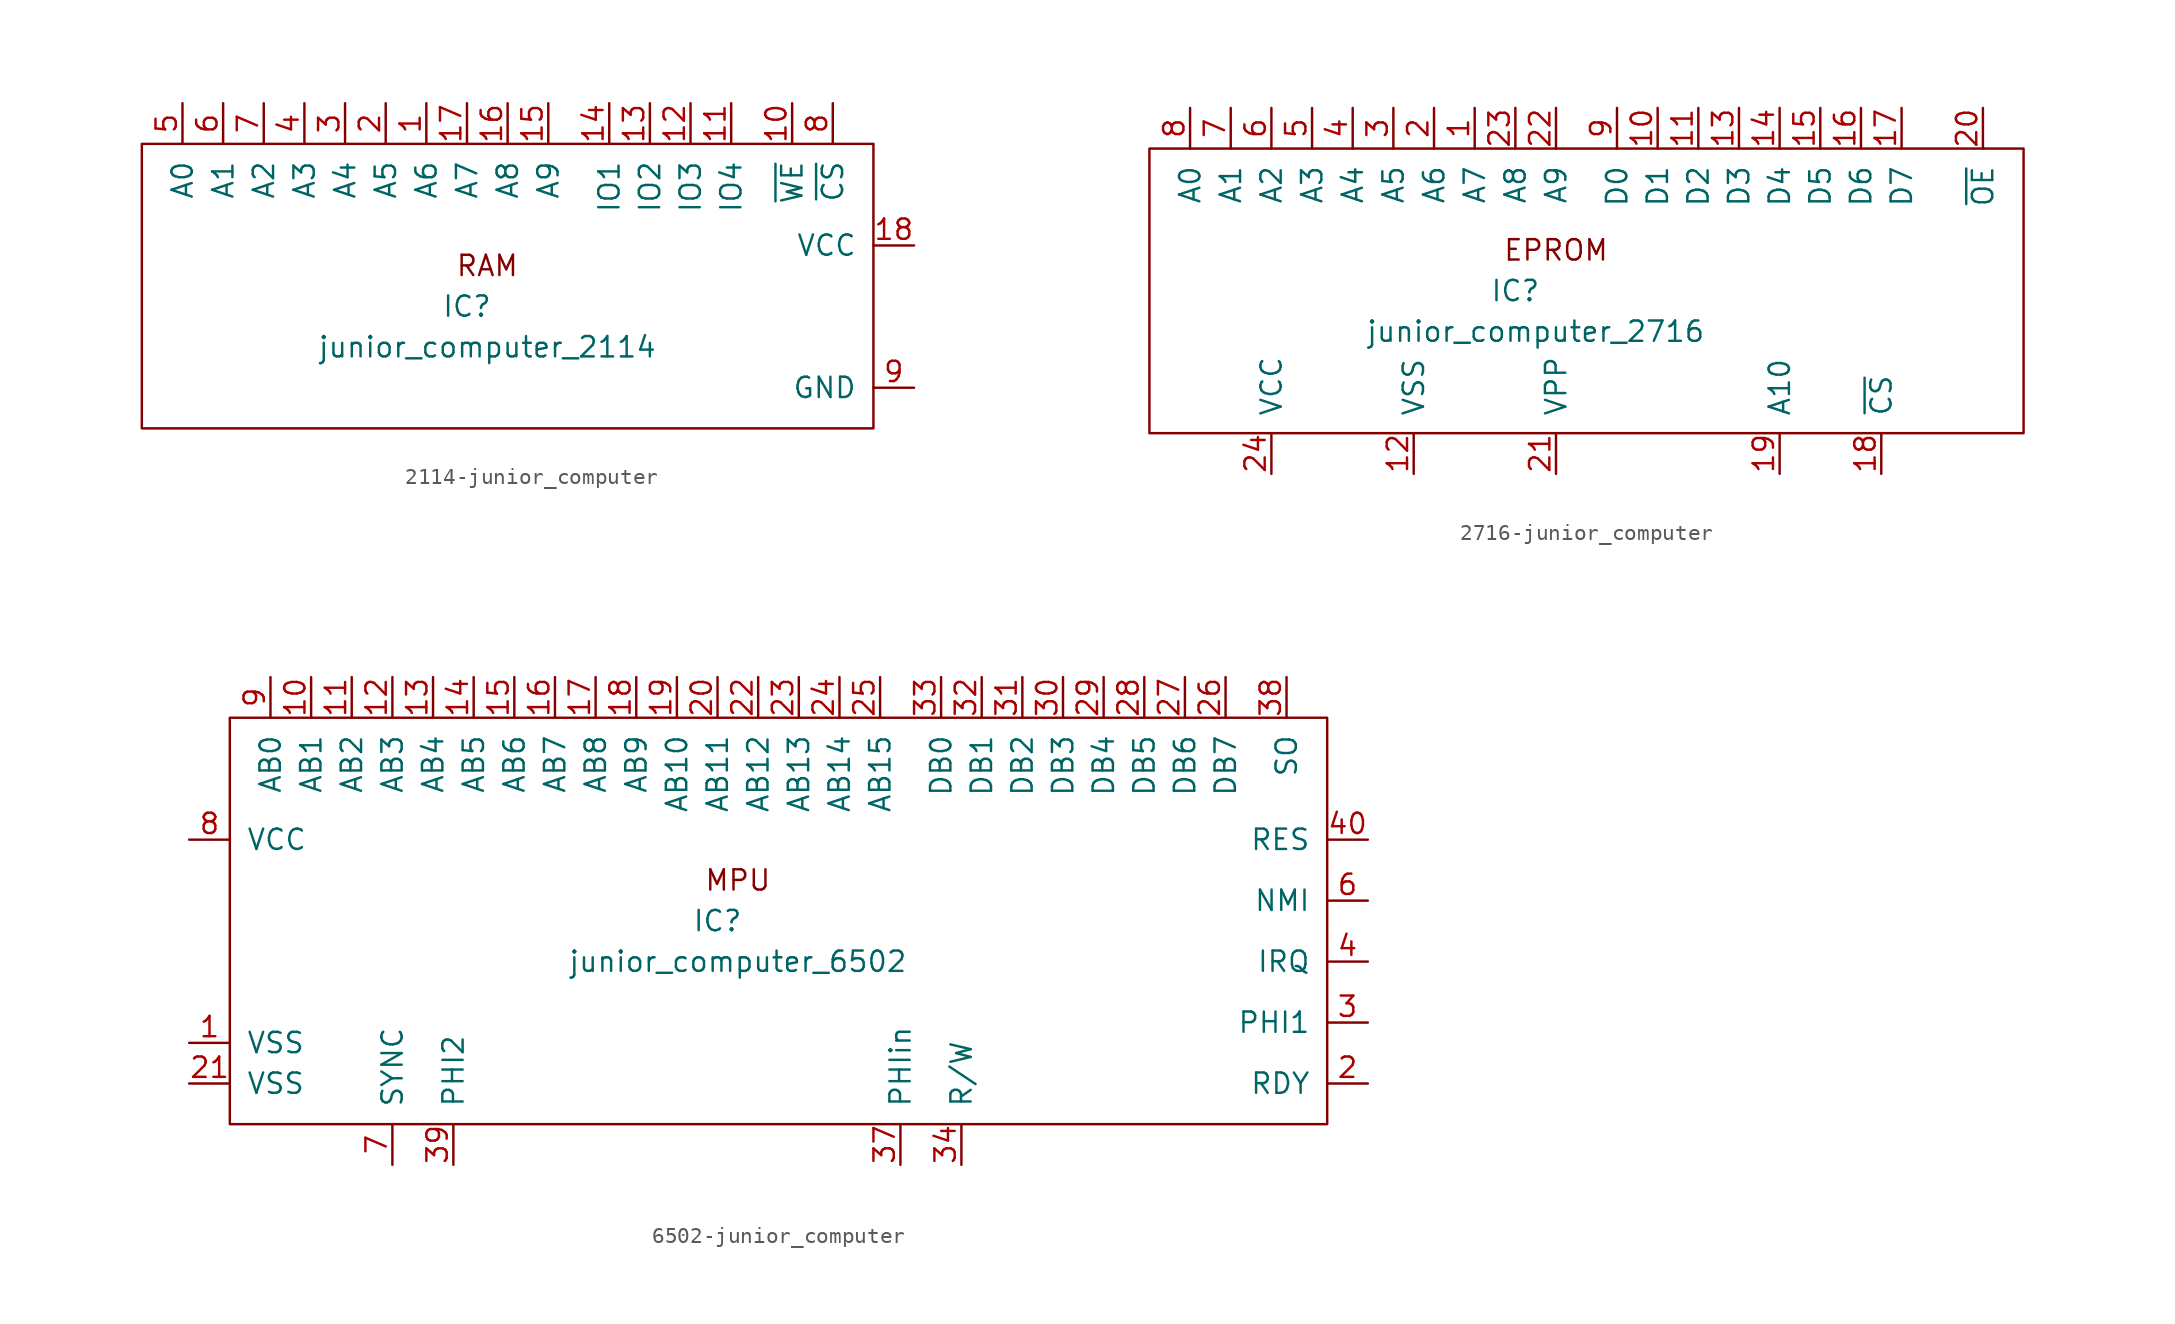
<source format=kicad_sym>
(kicad_symbol_lib
  (version 20231120)
  (generator "kicad_symbol_editor")
  (generator_version "8.0")
  (symbol "2114-junior_computer"
    (pin_names
      (offset 1.016))
    (property "Reference" "IC"
      (at -3.81 -1.27 0)
      (effects (font (size 1.27 1.27))))
    (property "Value" "junior_computer_2114"
      (at -2.54 -3.81 0)
      (effects (font (size 1.27 1.27))))
    (symbol "2114-junior_computer_0_0"
      (rectangle (start -24.13 8.89) (end 21.59 -8.89) (stroke (width 0) (type solid)) (fill (type none)))
      (text "RAM" (at -2.54 1.27 0) (effects (font (size 1.27 1.27)))))
    (symbol "2114-junior_computer_1_1"
      (pin input line (at -6.35 11.43 270) (length 2.54) (name "A6" (effects (font (size 1.27 1.27)))) (number "1" (effects (font (size 1.27 1.27)))))
      (pin input line (at 16.51 11.43 270) (length 2.54) (name "~{WE}" (effects (font (size 1.27 1.27)))) (number "10" (effects (font (size 1.27 1.27)))))
      (pin bidirectional line (at 12.7 11.43 270) (length 2.54) (name "IO4" (effects (font (size 1.27 1.27)))) (number "11" (effects (font (size 1.27 1.27)))))
      (pin bidirectional line (at 10.16 11.43 270) (length 2.54) (name "IO3" (effects (font (size 1.27 1.27)))) (number "12" (effects (font (size 1.27 1.27)))))
      (pin bidirectional line (at 7.62 11.43 270) (length 2.54) (name "IO2" (effects (font (size 1.27 1.27)))) (number "13" (effects (font (size 1.27 1.27)))))
      (pin bidirectional line (at 5.08 11.43 270) (length 2.54) (name "IO1" (effects (font (size 1.27 1.27)))) (number "14" (effects (font (size 1.27 1.27)))))
      (pin input line (at 1.27 11.43 270) (length 2.54) (name "A9" (effects (font (size 1.27 1.27)))) (number "15" (effects (font (size 1.27 1.27)))))
      (pin input line (at -1.27 11.43 270) (length 2.54) (name "A8" (effects (font (size 1.27 1.27)))) (number "16" (effects (font (size 1.27 1.27)))))
      (pin input line (at -3.81 11.43 270) (length 2.54) (name "A7" (effects (font (size 1.27 1.27)))) (number "17" (effects (font (size 1.27 1.27)))))
      (pin power_in line (at 24.13 2.54 180) (length 2.54) (name "VCC" (effects (font (size 1.27 1.27)))) (number "18" (effects (font (size 1.27 1.27)))))
      (pin input line (at -8.89 11.43 270) (length 2.54) (name "A5" (effects (font (size 1.27 1.27)))) (number "2" (effects (font (size 1.27 1.27)))))
      (pin input line (at -11.43 11.43 270) (length 2.54) (name "A4" (effects (font (size 1.27 1.27)))) (number "3" (effects (font (size 1.27 1.27)))))
      (pin input line (at -13.97 11.43 270) (length 2.54) (name "A3" (effects (font (size 1.27 1.27)))) (number "4" (effects (font (size 1.27 1.27)))))
      (pin input line (at -21.59 11.43 270) (length 2.54) (name "A0" (effects (font (size 1.27 1.27)))) (number "5" (effects (font (size 1.27 1.27)))))
      (pin input line (at -19.05 11.43 270) (length 2.54) (name "A1" (effects (font (size 1.27 1.27)))) (number "6" (effects (font (size 1.27 1.27)))))
      (pin input line (at -16.51 11.43 270) (length 2.54) (name "A2" (effects (font (size 1.27 1.27)))) (number "7" (effects (font (size 1.27 1.27)))))
      (pin input line (at 19.05 11.43 270) (length 2.54) (name "~{CS}" (effects (font (size 1.27 1.27)))) (number "8" (effects (font (size 1.27 1.27)))))
      (pin power_in line (at 24.13 -6.35 180) (length 2.54) (name "GND" (effects (font (size 1.27 1.27)))) (number "9" (effects (font (size 1.27 1.27)))))))
  (symbol "2716-junior_computer"
    (pin_names
      (offset 1.016))
    (property "Reference" "IC"
      (at -1.27 0 0)
      (effects (font (size 1.27 1.27))))
    (property "Value" "junior_computer_2716"
      (at 0 -2.54 0)
      (effects (font (size 1.27 1.27))))
    (symbol "2716-junior_computer_0_0"
      (rectangle (start -24.13 8.89) (end 30.48 -8.89) (stroke (width 0) (type solid)) (fill (type none)))
      (text "EPROM" (at 1.27 2.54 0) (effects (font (size 1.27 1.27)))))
    (symbol "2716-junior_computer_1_1"
      (pin input line (at -3.81 11.43 270) (length 2.54) (name "A7" (effects (font (size 1.27 1.27)))) (number "1" (effects (font (size 1.27 1.27)))))
      (pin bidirectional line (at 7.62 11.43 270) (length 2.54) (name "D1" (effects (font (size 1.27 1.27)))) (number "10" (effects (font (size 1.27 1.27)))))
      (pin bidirectional line (at 10.16 11.43 270) (length 2.54) (name "D2" (effects (font (size 1.27 1.27)))) (number "11" (effects (font (size 1.27 1.27)))))
      (pin power_in line (at -7.62 -11.43 90) (length 2.54) (name "VSS" (effects (font (size 1.27 1.27)))) (number "12" (effects (font (size 1.27 1.27)))))
      (pin bidirectional line (at 12.7 11.43 270) (length 2.54) (name "D3" (effects (font (size 1.27 1.27)))) (number "13" (effects (font (size 1.27 1.27)))))
      (pin bidirectional line (at 15.24 11.43 270) (length 2.54) (name "D4" (effects (font (size 1.27 1.27)))) (number "14" (effects (font (size 1.27 1.27)))))
      (pin bidirectional line (at 17.78 11.43 270) (length 2.54) (name "D5" (effects (font (size 1.27 1.27)))) (number "15" (effects (font (size 1.27 1.27)))))
      (pin bidirectional line (at 20.32 11.43 270) (length 2.54) (name "D6" (effects (font (size 1.27 1.27)))) (number "16" (effects (font (size 1.27 1.27)))))
      (pin bidirectional line (at 22.86 11.43 270) (length 2.54) (name "D7" (effects (font (size 1.27 1.27)))) (number "17" (effects (font (size 1.27 1.27)))))
      (pin input line (at 21.59 -11.43 90) (length 2.54) (name "~{CS}" (effects (font (size 1.27 1.27)))) (number "18" (effects (font (size 1.27 1.27)))))
      (pin input line (at 15.24 -11.43 90) (length 2.54) (name "A10" (effects (font (size 1.27 1.27)))) (number "19" (effects (font (size 1.27 1.27)))))
      (pin input line (at -6.35 11.43 270) (length 2.54) (name "A6" (effects (font (size 1.27 1.27)))) (number "2" (effects (font (size 1.27 1.27)))))
      (pin input line (at 27.94 11.43 270) (length 2.54) (name "~{OE}" (effects (font (size 1.27 1.27)))) (number "20" (effects (font (size 1.27 1.27)))))
      (pin power_in line (at 1.27 -11.43 90) (length 2.54) (name "VPP" (effects (font (size 1.27 1.27)))) (number "21" (effects (font (size 1.27 1.27)))))
      (pin input line (at 1.27 11.43 270) (length 2.54) (name "A9" (effects (font (size 1.27 1.27)))) (number "22" (effects (font (size 1.27 1.27)))))
      (pin input line (at -1.27 11.43 270) (length 2.54) (name "A8" (effects (font (size 1.27 1.27)))) (number "23" (effects (font (size 1.27 1.27)))))
      (pin power_in line (at -16.51 -11.43 90) (length 2.54) (name "VCC" (effects (font (size 1.27 1.27)))) (number "24" (effects (font (size 1.27 1.27)))))
      (pin input line (at -8.89 11.43 270) (length 2.54) (name "A5" (effects (font (size 1.27 1.27)))) (number "3" (effects (font (size 1.27 1.27)))))
      (pin input line (at -11.43 11.43 270) (length 2.54) (name "A4" (effects (font (size 1.27 1.27)))) (number "4" (effects (font (size 1.27 1.27)))))
      (pin input line (at -13.97 11.43 270) (length 2.54) (name "A3" (effects (font (size 1.27 1.27)))) (number "5" (effects (font (size 1.27 1.27)))))
      (pin input line (at -16.51 11.43 270) (length 2.54) (name "A2" (effects (font (size 1.27 1.27)))) (number "6" (effects (font (size 1.27 1.27)))))
      (pin input line (at -19.05 11.43 270) (length 2.54) (name "A1" (effects (font (size 1.27 1.27)))) (number "7" (effects (font (size 1.27 1.27)))))
      (pin input line (at -21.59 11.43 270) (length 2.54) (name "A0" (effects (font (size 1.27 1.27)))) (number "8" (effects (font (size 1.27 1.27)))))
      (pin bidirectional line (at 5.08 11.43 270) (length 2.54) (name "D0" (effects (font (size 1.27 1.27)))) (number "9" (effects (font (size 1.27 1.27)))))))
  (symbol "6502-junior_computer"
    (pin_names
      (offset 1.016))
    (property "Reference" "IC"
      (at 5.08 0 0)
      (effects (font (size 1.27 1.27))))
    (property "Value" "junior_computer_6502"
      (at 6.35 -2.54 0)
      (effects (font (size 1.27 1.27))))
    (symbol "6502-junior_computer_0_0"
      (text "MPU" (at 6.35 2.54 0) (effects (font (size 1.27 1.27)))))
    (symbol "6502-junior_computer_0_1"
      (rectangle (start -25.4 12.7) (end 43.18 -12.7) (stroke (width 0) (type solid)) (fill (type none))))
    (symbol "6502-junior_computer_1_1"
      (pin power_in line (at -27.94 -7.62 0) (length 2.54) (name "VSS" (effects (font (size 1.27 1.27)))) (number "1" (effects (font (size 1.27 1.27)))))
      (pin input line (at -20.32 15.24 270) (length 2.54) (name "AB1" (effects (font (size 1.27 1.27)))) (number "10" (effects (font (size 1.27 1.27)))))
      (pin input line (at -17.78 15.24 270) (length 2.54) (name "AB2" (effects (font (size 1.27 1.27)))) (number "11" (effects (font (size 1.27 1.27)))))
      (pin input line (at -15.24 15.24 270) (length 2.54) (name "AB3" (effects (font (size 1.27 1.27)))) (number "12" (effects (font (size 1.27 1.27)))))
      (pin input line (at -12.7 15.24 270) (length 2.54) (name "AB4" (effects (font (size 1.27 1.27)))) (number "13" (effects (font (size 1.27 1.27)))))
      (pin input line (at -10.16 15.24 270) (length 2.54) (name "AB5" (effects (font (size 1.27 1.27)))) (number "14" (effects (font (size 1.27 1.27)))))
      (pin input line (at -7.62 15.24 270) (length 2.54) (name "AB6" (effects (font (size 1.27 1.27)))) (number "15" (effects (font (size 1.27 1.27)))))
      (pin input line (at -5.08 15.24 270) (length 2.54) (name "AB7" (effects (font (size 1.27 1.27)))) (number "16" (effects (font (size 1.27 1.27)))))
      (pin input line (at -2.54 15.24 270) (length 2.54) (name "AB8" (effects (font (size 1.27 1.27)))) (number "17" (effects (font (size 1.27 1.27)))))
      (pin input line (at 0 15.24 270) (length 2.54) (name "AB9" (effects (font (size 1.27 1.27)))) (number "18" (effects (font (size 1.27 1.27)))))
      (pin input line (at 2.54 15.24 270) (length 2.54) (name "AB10" (effects (font (size 1.27 1.27)))) (number "19" (effects (font (size 1.27 1.27)))))
      (pin input line (at 45.72 -10.16 180) (length 2.54) (name "RDY" (effects (font (size 1.27 1.27)))) (number "2" (effects (font (size 1.27 1.27)))))
      (pin input line (at 5.08 15.24 270) (length 2.54) (name "AB11" (effects (font (size 1.27 1.27)))) (number "20" (effects (font (size 1.27 1.27)))))
      (pin power_in line (at -27.94 -10.16 0) (length 2.54) (name "VSS" (effects (font (size 1.27 1.27)))) (number "21" (effects (font (size 1.27 1.27)))))
      (pin input line (at 7.62 15.24 270) (length 2.54) (name "AB12" (effects (font (size 1.27 1.27)))) (number "22" (effects (font (size 1.27 1.27)))))
      (pin input line (at 10.16 15.24 270) (length 2.54) (name "AB13" (effects (font (size 1.27 1.27)))) (number "23" (effects (font (size 1.27 1.27)))))
      (pin input line (at 12.7 15.24 270) (length 2.54) (name "AB14" (effects (font (size 1.27 1.27)))) (number "24" (effects (font (size 1.27 1.27)))))
      (pin input line (at 15.24 15.24 270) (length 2.54) (name "AB15" (effects (font (size 1.27 1.27)))) (number "25" (effects (font (size 1.27 1.27)))))
      (pin bidirectional line (at 36.83 15.24 270) (length 2.54) (name "DB7" (effects (font (size 1.27 1.27)))) (number "26" (effects (font (size 1.27 1.27)))))
      (pin bidirectional line (at 34.29 15.24 270) (length 2.54) (name "DB6" (effects (font (size 1.27 1.27)))) (number "27" (effects (font (size 1.27 1.27)))))
      (pin bidirectional line (at 31.75 15.24 270) (length 2.54) (name "DB5" (effects (font (size 1.27 1.27)))) (number "28" (effects (font (size 1.27 1.27)))))
      (pin bidirectional line (at 29.21 15.24 270) (length 2.54) (name "DB4" (effects (font (size 1.27 1.27)))) (number "29" (effects (font (size 1.27 1.27)))))
      (pin input line (at 45.72 -6.35 180) (length 2.54) (name "PHI1" (effects (font (size 1.27 1.27)))) (number "3" (effects (font (size 1.27 1.27)))))
      (pin bidirectional line (at 26.67 15.24 270) (length 2.54) (name "DB3" (effects (font (size 1.27 1.27)))) (number "30" (effects (font (size 1.27 1.27)))))
      (pin bidirectional line (at 24.13 15.24 270) (length 2.54) (name "DB2" (effects (font (size 1.27 1.27)))) (number "31" (effects (font (size 1.27 1.27)))))
      (pin bidirectional line (at 21.59 15.24 270) (length 2.54) (name "DB1" (effects (font (size 1.27 1.27)))) (number "32" (effects (font (size 1.27 1.27)))))
      (pin bidirectional line (at 19.05 15.24 270) (length 2.54) (name "DB0" (effects (font (size 1.27 1.27)))) (number "33" (effects (font (size 1.27 1.27)))))
      (pin output line (at 20.32 -15.24 90) (length 2.54) (name "R/W" (effects (font (size 1.27 1.27)))) (number "34" (effects (font (size 1.27 1.27)))))
      (pin input line (at 16.51 -15.24 90) (length 2.54) (name "PHIin" (effects (font (size 1.27 1.27)))) (number "37" (effects (font (size 1.27 1.27)))))
      (pin bidirectional line (at 40.64 15.24 270) (length 2.54) (name "SO" (effects (font (size 1.27 1.27)))) (number "38" (effects (font (size 1.27 1.27)))))
      (pin output line (at -11.43 -15.24 90) (length 2.54) (name "PHI2" (effects (font (size 1.27 1.27)))) (number "39" (effects (font (size 1.27 1.27)))))
      (pin input line (at 45.72 -2.54 180) (length 2.54) (name "IRQ" (effects (font (size 1.27 1.27)))) (number "4" (effects (font (size 1.27 1.27)))))
      (pin input line (at 45.72 5.08 180) (length 2.54) (name "RES" (effects (font (size 1.27 1.27)))) (number "40" (effects (font (size 1.27 1.27)))))
      (pin input line (at 45.72 1.27 180) (length 2.54) (name "NMI" (effects (font (size 1.27 1.27)))) (number "6" (effects (font (size 1.27 1.27)))))
      (pin output line (at -15.24 -15.24 90) (length 2.54) (name "SYNC" (effects (font (size 1.27 1.27)))) (number "7" (effects (font (size 1.27 1.27)))))
      (pin power_in line (at -27.94 5.08 0) (length 2.54) (name "VCC" (effects (font (size 1.27 1.27)))) (number "8" (effects (font (size 1.27 1.27)))))
      (pin input line (at -22.86 15.24 270) (length 2.54) (name "AB0" (effects (font (size 1.27 1.27)))) (number "9" (effects (font (size 1.27 1.27))))))))
</source>
